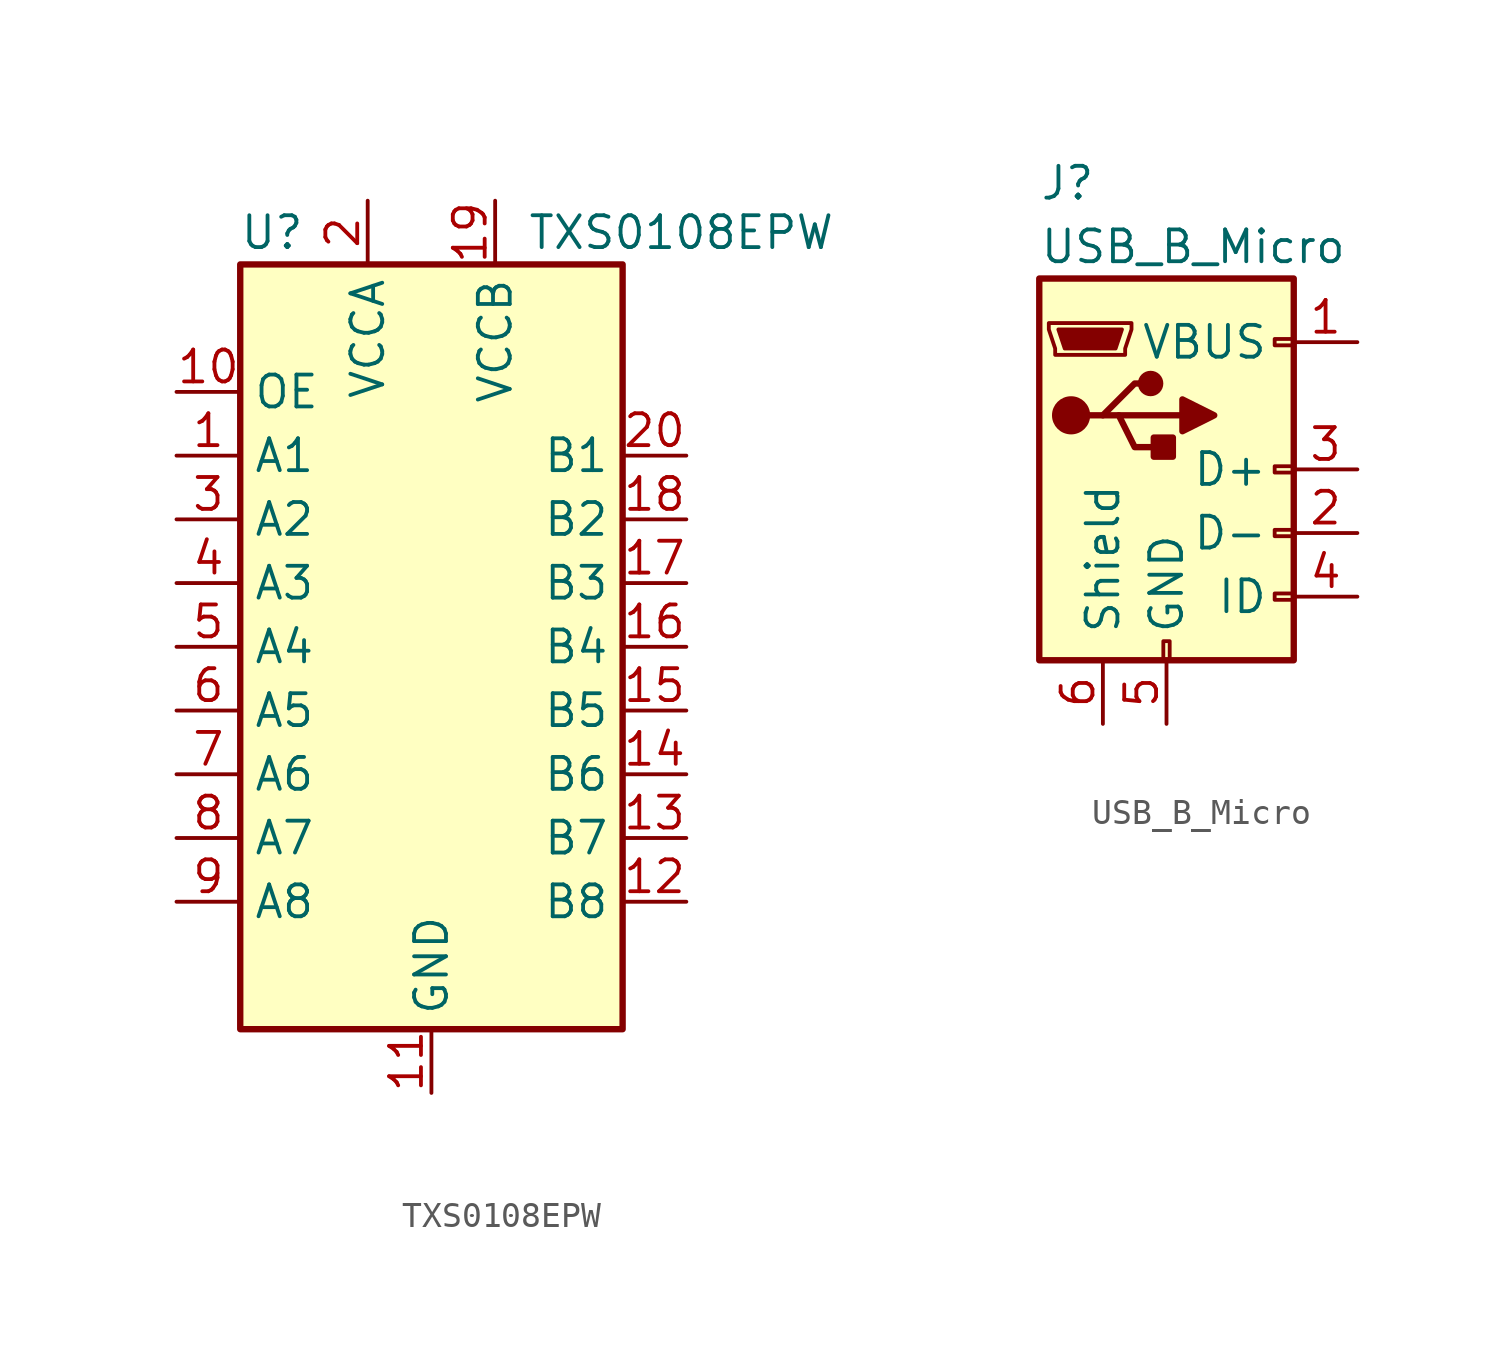
<source format=kicad_sym>
(kicad_symbol_lib
  (version 20200908)
  (generator kicad_symbol_editor)
  (symbol "Fuzzy1:TXS0108EPW"
    (property "Reference" "U"
      (at -6.35 16.51 0)
      (effects (font (size 1.27 1.27))))
    (property "Value" "TXS0108EPW"
      (at 3.81 16.51 0)
      (effects (font (size 1.27 1.27)) (justify left)))
    (symbol "TXS0108EPW_0_1"
      (rectangle (start -7.62 15.24) (end 7.62 -15.24) (stroke (width 0.254)) (fill (type background))))
    (symbol "TXS0108EPW_1_1"
      (pin bidirectional line (at -10.16 7.62 0) (length 2.54) (name "A1" (effects (font (size 1.27 1.27)))) (number "1" (effects (font (size 1.27 1.27)))))
      (pin input line (at -10.16 10.16 0) (length 2.54) (name "OE" (effects (font (size 1.27 1.27)))) (number "10" (effects (font (size 1.27 1.27)))))
      (pin tri_state line (at 0 -17.78 90) (length 2.54) (name "GND" (effects (font (size 1.27 1.27)))) (number "11" (effects (font (size 1.27 1.27)))))
      (pin bidirectional line (at 10.16 -10.16 180) (length 2.54) (name "B8" (effects (font (size 1.27 1.27)))) (number "12" (effects (font (size 1.27 1.27)))))
      (pin bidirectional line (at 10.16 -7.62 180) (length 2.54) (name "B7" (effects (font (size 1.27 1.27)))) (number "13" (effects (font (size 1.27 1.27)))))
      (pin bidirectional line (at 10.16 -5.08 180) (length 2.54) (name "B6" (effects (font (size 1.27 1.27)))) (number "14" (effects (font (size 1.27 1.27)))))
      (pin bidirectional line (at 10.16 -2.54 180) (length 2.54) (name "B5" (effects (font (size 1.27 1.27)))) (number "15" (effects (font (size 1.27 1.27)))))
      (pin bidirectional line (at 10.16 0 180) (length 2.54) (name "B4" (effects (font (size 1.27 1.27)))) (number "16" (effects (font (size 1.27 1.27)))))
      (pin bidirectional line (at 10.16 2.54 180) (length 2.54) (name "B3" (effects (font (size 1.27 1.27)))) (number "17" (effects (font (size 1.27 1.27)))))
      (pin bidirectional line (at 10.16 5.08 180) (length 2.54) (name "B2" (effects (font (size 1.27 1.27)))) (number "18" (effects (font (size 1.27 1.27)))))
      (pin power_in line (at 2.54 17.78 270) (length 2.54) (name "VCCB" (effects (font (size 1.27 1.27)))) (number "19" (effects (font (size 1.27 1.27)))))
      (pin power_in line (at -2.54 17.78 270) (length 2.54) (name "VCCA" (effects (font (size 1.27 1.27)))) (number "2" (effects (font (size 1.27 1.27)))))
      (pin bidirectional line (at 10.16 7.62 180) (length 2.54) (name "B1" (effects (font (size 1.27 1.27)))) (number "20" (effects (font (size 1.27 1.27)))))
      (pin bidirectional line (at -10.16 5.08 0) (length 2.54) (name "A2" (effects (font (size 1.27 1.27)))) (number "3" (effects (font (size 1.27 1.27)))))
      (pin bidirectional line (at -10.16 2.54 0) (length 2.54) (name "A3" (effects (font (size 1.27 1.27)))) (number "4" (effects (font (size 1.27 1.27)))))
      (pin bidirectional line (at -10.16 0 0) (length 2.54) (name "A4" (effects (font (size 1.27 1.27)))) (number "5" (effects (font (size 1.27 1.27)))))
      (pin bidirectional line (at -10.16 -2.54 0) (length 2.54) (name "A5" (effects (font (size 1.27 1.27)))) (number "6" (effects (font (size 1.27 1.27)))))
      (pin bidirectional line (at -10.16 -5.08 0) (length 2.54) (name "A6" (effects (font (size 1.27 1.27)))) (number "7" (effects (font (size 1.27 1.27)))))
      (pin bidirectional line (at -10.16 -7.62 0) (length 2.54) (name "A7" (effects (font (size 1.27 1.27)))) (number "8" (effects (font (size 1.27 1.27)))))
      (pin bidirectional line (at -10.16 -10.16 0) (length 2.54) (name "A8" (effects (font (size 1.27 1.27)))) (number "9" (effects (font (size 1.27 1.27)))))))
  (symbol "Fuzzy1:USB_B_Micro"
    (pin_names
      (offset 1.016))
    (property "Reference" "J"
      (at -5.08 11.43 0)
      (effects (font (size 1.27 1.27)) (justify left)))
    (property "Value" "USB_B_Micro"
      (at -5.08 8.89 0)
      (effects (font (size 1.27 1.27)) (justify left)))
    (symbol "USB_B_Micro_0_1"
      (circle (center -3.81 2.159) (radius 0.635) (stroke (width 0.254)) (fill (type outline)))
      (circle (center -0.635 3.429) (radius 0.381) (stroke (width 0.254)) (fill (type outline)))
      (rectangle (start -5.08 -7.62) (end 5.08 7.62) (stroke (width 0.254)) (fill (type background)))
      (rectangle (start -0.127 -7.62) (end 0.127 -6.858) (stroke (width 0)) (fill (type none)))
      (rectangle (start 0.254 1.27) (end -0.508 0.508) (stroke (width 0.254)) (fill (type outline)))
      (rectangle (start 5.08 -5.207) (end 4.318 -4.953) (stroke (width 0)) (fill (type none)))
      (rectangle (start 5.08 -2.667) (end 4.318 -2.413) (stroke (width 0)) (fill (type none)))
      (rectangle (start 5.08 -0.127) (end 4.318 0.127) (stroke (width 0)) (fill (type none)))
      (rectangle (start 5.08 4.953) (end 4.318 5.207) (stroke (width 0)) (fill (type none)))
      (polyline (pts (xy -1.905 2.159) (xy 0.635 2.159)) (stroke (width 0.254)) (fill (type none)))
      (polyline (pts (xy -3.175 2.159) (xy -2.54 2.159) (xy -1.27 3.429) (xy -0.635 3.429)) (stroke (width 0.254)) (fill (type none)))
      (polyline (pts (xy -2.54 2.159) (xy -1.905 2.159) (xy -1.27 0.889) (xy 0 0.889)) (stroke (width 0.254)) (fill (type none)))
      (polyline (pts (xy 0.635 2.794) (xy 0.635 1.524) (xy 1.905 2.159) (xy 0.635 2.794)) (stroke (width 0.254)) (fill (type outline)))
      (polyline (pts (xy -4.318 5.588) (xy -1.778 5.588) (xy -2.032 4.826) (xy -4.064 4.826) (xy -4.318 5.588)) (stroke (width 0)) (fill (type outline)))
      (polyline (pts (xy -4.699 5.842) (xy -4.699 5.588) (xy -4.445 4.826) (xy -4.445 4.572) (xy -1.651 4.572) (xy -1.651 4.826) (xy -1.397 5.588) (xy -1.397 5.842) (xy -4.699 5.842)) (stroke (width 0)) (fill (type none))))
    (symbol "USB_B_Micro_1_1"
      (pin power_out line (at 7.62 5.08 180) (length 2.54) (name "VBUS" (effects (font (size 1.27 1.27)))) (number "1" (effects (font (size 1.27 1.27)))))
      (pin passive line (at 7.62 -2.54 180) (length 2.54) (name "D-" (effects (font (size 1.27 1.27)))) (number "2" (effects (font (size 1.27 1.27)))))
      (pin passive line (at 7.62 0 180) (length 2.54) (name "D+" (effects (font (size 1.27 1.27)))) (number "3" (effects (font (size 1.27 1.27)))))
      (pin passive line (at 7.62 -5.08 180) (length 2.54) (name "ID" (effects (font (size 1.27 1.27)))) (number "4" (effects (font (size 1.27 1.27)))))
      (pin power_in line (at 0 -10.16 90) (length 2.54) (name "GND" (effects (font (size 1.27 1.27)))) (number "5" (effects (font (size 1.27 1.27)))))
      (pin passive line (at -2.54 -10.16 90) (length 2.54) (name "Shield" (effects (font (size 1.27 1.27)))) (number "6" (effects (font (size 1.27 1.27))))))))
</source>
